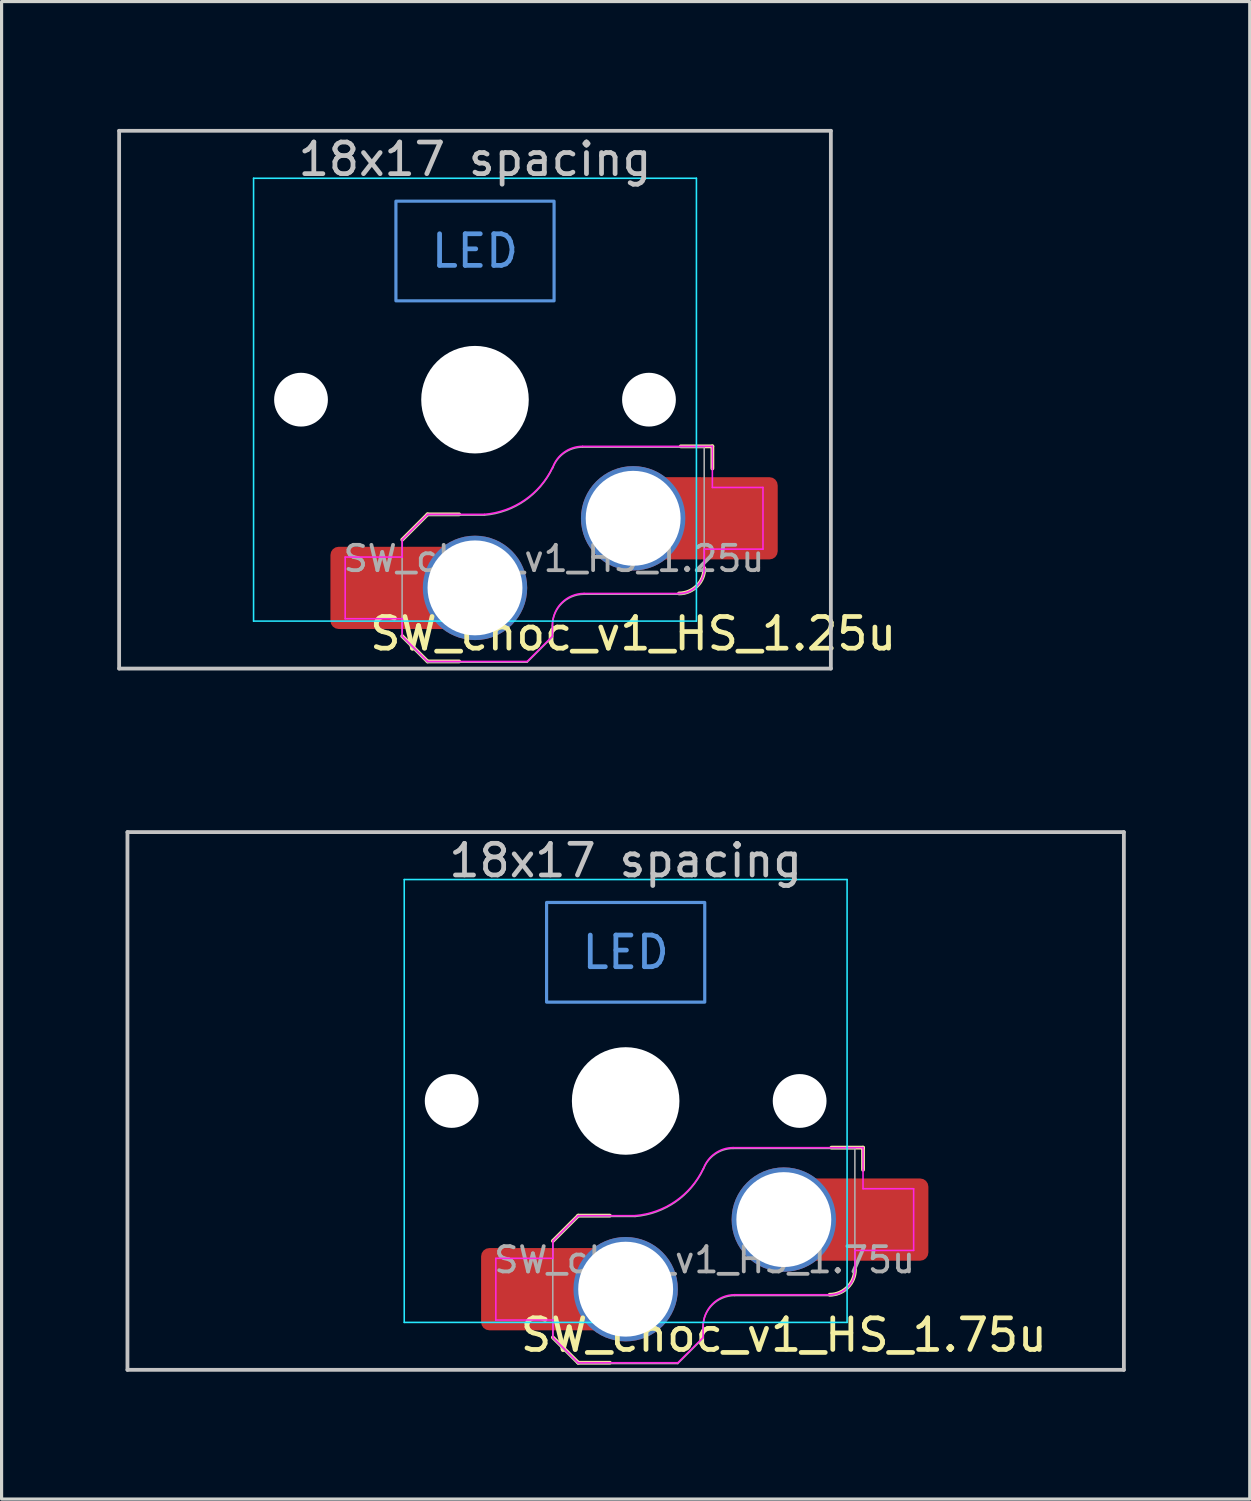
<source format=kicad_pcb>
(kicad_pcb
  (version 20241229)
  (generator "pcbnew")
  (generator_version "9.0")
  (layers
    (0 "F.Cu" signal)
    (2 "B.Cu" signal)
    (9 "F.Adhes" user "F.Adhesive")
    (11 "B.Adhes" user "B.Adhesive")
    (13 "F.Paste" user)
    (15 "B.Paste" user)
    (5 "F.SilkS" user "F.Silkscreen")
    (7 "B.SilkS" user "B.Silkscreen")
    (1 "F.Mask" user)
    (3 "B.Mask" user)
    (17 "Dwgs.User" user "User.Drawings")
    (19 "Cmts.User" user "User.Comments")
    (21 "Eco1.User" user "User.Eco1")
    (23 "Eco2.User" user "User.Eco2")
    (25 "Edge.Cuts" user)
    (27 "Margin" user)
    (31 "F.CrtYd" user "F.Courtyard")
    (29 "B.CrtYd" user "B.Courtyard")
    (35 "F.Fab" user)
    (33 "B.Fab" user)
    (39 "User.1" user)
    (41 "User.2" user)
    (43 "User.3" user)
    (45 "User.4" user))
  (footprint "SW_choc_v1_HS_1.75u"
    (layer "F.Cu")
    (at 16.729 31.755)
    (property "Reference" "SW_choc_v1_HS_1.75u" (at 5 7.4 180) (layer "F.SilkS") (effects (font (size 1 1) (thickness 0.15))))
    (attr smd)
    (fp_line (start -2.3 7.475) (end -1.5 8.275) (stroke (width 0.12) (type solid)) (layer "F.SilkS"))
    (fp_line (start -1.5 3.625) (end -2.3 4.425) (stroke (width 0.12) (type solid)) (layer "F.SilkS"))
    (fp_line (start -1.5 3.625) (end -0.5 3.625) (stroke (width 0.12) (type solid)) (layer "F.SilkS"))
    (fp_line (start -1.5 8.275) (end -0.5 8.275) (stroke (width 0.12) (type solid)) (layer "F.SilkS"))
    (fp_line (start 7.504 1.475) (end 6.504 1.475) (stroke (width 0.12) (type solid)) (layer "F.SilkS"))
    (fp_line (start 7.504 1.475) (end 7.504 2.175) (stroke (width 0.12) (type solid)) (layer "F.SilkS"))
    (fp_arc (start 7.25 5.325) (mid 7.015685 5.890685) (end 6.45 6.125) (stroke (width 0.12) (type solid)) (layer "F.SilkS"))
    (fp_line (start -15.75 -8.5) (end -15.75 8.5) (stroke (width 0.12) (type solid)) (layer "Dwgs.User"))
    (fp_line (start -15.75 8.5) (end 15.75 8.5) (stroke (width 0.12) (type solid)) (layer "Dwgs.User"))
    (fp_line (start 15.75 -8.5) (end -15.75 -8.5) (stroke (width 0.12) (type solid)) (layer "Dwgs.User"))
    (fp_line (start 15.75 8.5) (end 15.75 -8.5) (stroke (width 0.12) (type solid)) (layer "Dwgs.User"))
    (fp_rect (start -2.5 -6.275) (end 2.5 -3.125) (stroke (width 0.1) (type default)) (fill no) (layer "Cmts.User"))
    (fp_line (start -16.669 -9.525) (end 16.669 -9.525) (stroke (width 0.12) (type solid)) (layer "Eco1.User"))
    (fp_line (start -16.669 9.525) (end -16.669 -9.525) (stroke (width 0.12) (type solid)) (layer "Eco1.User"))
    (fp_line (start 16.669 -9.525) (end 16.669 9.525) (stroke (width 0.12) (type solid)) (layer "Eco1.User"))
    (fp_line (start 16.669 9.525) (end -16.669 9.525) (stroke (width 0.12) (type solid)) (layer "Eco1.User"))
    (fp_line (start -6.95 -6.45) (end -6.95 6.45) (stroke (width 0.05) (type solid)) (layer "Eco2.User"))
    (fp_line (start -6.45 6.95) (end 6.45 6.95) (stroke (width 0.05) (type solid)) (layer "Eco2.User"))
    (fp_line (start 6.45 -6.95) (end -6.45 -6.95) (stroke (width 0.05) (type solid)) (layer "Eco2.User"))
    (fp_line (start 6.95 6.45) (end 6.95 -6.45) (stroke (width 0.05) (type solid)) (layer "Eco2.User"))
    (fp_arc (start -6.95 -6.45) (mid -6.803553 -6.803553) (end -6.45 -6.95) (stroke (width 0.05) (type solid)) (layer "Eco2.User"))
    (fp_arc (start -6.45 6.95) (mid -6.803553 6.803553) (end -6.95 6.45) (stroke (width 0.05) (type solid)) (layer "Eco2.User"))
    (fp_arc (start 6.45 -6.95) (mid 6.803553 -6.803553) (end 6.95 -6.45) (stroke (width 0.05) (type solid)) (layer "Eco2.User"))
    (fp_arc (start 6.95 6.45) (mid 6.803553 6.803553) (end 6.45 6.95) (stroke (width 0.05) (type solid)) (layer "Eco2.User"))
    (fp_line (start -7 -7) (end -7 7) (stroke (width 0.05) (type solid)) (layer "B.CrtYd"))
    (fp_line (start -7 7) (end 7 7) (stroke (width 0.05) (type solid)) (layer "B.CrtYd"))
    (fp_line (start 7 -7) (end -7 -7) (stroke (width 0.05) (type solid)) (layer "B.CrtYd"))
    (fp_line (start 7 7) (end 7 -7) (stroke (width 0.05) (type solid)) (layer "B.CrtYd"))
    (fp_line (start -4.104 4.975) (end -4.104 6.925) (stroke (width 0.05) (type solid)) (layer "F.CrtYd"))
    (fp_line (start -4.104 4.975) (end -2.3 4.975) (stroke (width 0.05) (type solid)) (layer "F.CrtYd"))
    (fp_line (start -4.104 6.925) (end -2.3 6.925) (stroke (width 0.05) (type solid)) (layer "F.CrtYd"))
    (fp_line (start -2.3 4.975) (end -2.3 4.425) (stroke (width 0.05) (type solid)) (layer "F.CrtYd"))
    (fp_line (start -2.3 7.475) (end -2.3 6.925) (stroke (width 0.05) (type solid)) (layer "F.CrtYd"))
    (fp_line (start -2.3 7.475) (end -1.5 8.275) (stroke (width 0.05) (type solid)) (layer "F.CrtYd"))
    (fp_line (start -1.5 3.625) (end -2.3 4.425) (stroke (width 0.05) (type solid)) (layer "F.CrtYd"))
    (fp_line (start -1.5 3.625) (end 0.3 3.625) (stroke (width 0.05) (type solid)) (layer "F.CrtYd"))
    (fp_line (start -1.5 8.275) (end 1.65 8.275) (stroke (width 0.05) (type solid)) (layer "F.CrtYd"))
    (fp_line (start 2.45 7.475) (end 1.65 8.275) (stroke (width 0.05) (type solid)) (layer "F.CrtYd"))
    (fp_line (start 2.45 7.475) (end 2.45 7.125) (stroke (width 0.05) (type solid)) (layer "F.CrtYd"))
    (fp_line (start 3.45 6.125) (end 6.45 6.125) (stroke (width 0.05) (type solid)) (layer "F.CrtYd"))
    (fp_line (start 7.25 4.725) (end 9.104 4.725) (stroke (width 0.05) (type solid)) (layer "F.CrtYd"))
    (fp_line (start 7.25 5.325) (end 7.25 4.725) (stroke (width 0.05) (type solid)) (layer "F.CrtYd"))
    (fp_line (start 7.504 1.475) (end 3.4 1.475) (stroke (width 0.05) (type solid)) (layer "F.CrtYd"))
    (fp_line (start 7.504 1.475) (end 7.504 2.175) (stroke (width 0.05) (type solid)) (layer "F.CrtYd"))
    (fp_line (start 7.504 2.175) (end 7.504 2.775) (stroke (width 0.05) (type solid)) (layer "F.CrtYd"))
    (fp_line (start 9.104 2.775) (end 7.504 2.775) (stroke (width 0.05) (type solid)) (layer "F.CrtYd"))
    (fp_line (start 9.104 4.725) (end 9.104 2.775) (stroke (width 0.05) (type solid)) (layer "F.CrtYd"))
    (fp_arc (start 2.45 7.125) (mid 2.742893 6.417893) (end 3.45 6.125) (stroke (width 0.05) (type solid)) (layer "F.CrtYd"))
    (fp_arc (start 2.455444 2.13293) (mid 1.577272 3.167235) (end 0.299999 3.624999) (stroke (width 0.05) (type solid)) (layer "F.CrtYd"))
    (fp_arc (start 2.460307 2.13298) (mid 2.826423 1.655848) (end 3.4 1.475) (stroke (width 0.05) (type solid)) (layer "F.CrtYd"))
    (fp_arc (start 7.25 5.325) (mid 7.015685 5.890685) (end 6.45 6.125) (stroke (width 0.05) (type solid)) (layer "F.CrtYd"))
    (fp_line (start -2.304 7.5) (end -2.304 4.45) (stroke (width 0.05) (type solid)) (layer "F.Fab"))
    (fp_line (start -2.304 7.5) (end -1.504 8.3) (stroke (width 0.05) (type solid)) (layer "F.Fab"))
    (fp_line (start -1.504 3.65) (end -2.304 4.45) (stroke (width 0.05) (type solid)) (layer "F.Fab"))
    (fp_line (start -1.504 3.65) (end 0.296 3.65) (stroke (width 0.05) (type solid)) (layer "F.Fab"))
    (fp_line (start -1.504 8.3) (end 1.646 8.3) (stroke (width 0.05) (type solid)) (layer "F.Fab"))
    (fp_line (start 2.446 7.5) (end 1.646 8.3) (stroke (width 0.05) (type solid)) (layer "F.Fab"))
    (fp_line (start 2.446 7.5) (end 2.446 7.15) (stroke (width 0.05) (type solid)) (layer "F.Fab"))
    (fp_line (start 3.446 6.15) (end 6.446 6.15) (stroke (width 0.05) (type solid)) (layer "F.Fab"))
    (fp_line (start 7.246 1.5) (end 3.396 1.5) (stroke (width 0.05) (type solid)) (layer "F.Fab"))
    (fp_line (start 7.246 5.35) (end 7.246 1.5) (stroke (width 0.05) (type solid)) (layer "F.Fab"))
    (fp_arc (start 2.446 7.15) (mid 2.738893 6.442893) (end 3.446 6.15) (stroke (width 0.05) (type solid)) (layer "F.Fab"))
    (fp_arc (start 2.451444 2.15793) (mid 1.573272 3.192235) (end 0.295999 3.649999) (stroke (width 0.05) (type solid)) (layer "F.Fab"))
    (fp_arc (start 2.456307 2.15798) (mid 2.822423 1.680848) (end 3.396 1.5) (stroke (width 0.05) (type solid)) (layer "F.Fab"))
    (fp_arc (start 7.246 5.35) (mid 7.011685 5.915685) (end 6.446 6.15) (stroke (width 0.05) (type solid)) (layer "F.Fab"))
    (fp_text user "18x17 spacing" (at 0 -7.6 180) (layer "Dwgs.User") (effects (font (size 1 1) (thickness 0.15))))
    (fp_text user "LED" (at 0 -4.7 0) (unlocked yes) (layer "Cmts.User") (effects (font (size 1 1) (thickness 0.15))))
    (fp_text user "19.05 spacing" (at 0 -8.7 180) (layer "Eco1.User") (effects (font (size 1 1) (thickness 0.15))))
    (fp_text user "${REFERENCE}" (at 2.496 5.025 0) (layer "F.Fab") (effects (font (size 0.8 0.8) (thickness 0.12))))
    (pad "" np_thru_hole circle (at -5.5 0 180) (size 1.7 1.7) (drill 1.7) (layers "*.Cu" "*.Mask"))
    (pad "" np_thru_hole circle (at 0 0 180) (size 3.4 3.4) (drill 3.4) (layers "*.Cu" "*.Mask"))
    (pad "" np_thru_hole circle (at 5.5 0 180) (size 1.7 1.7) (drill 1.7) (layers "*.Cu" "*.Mask"))
    (pad "1" thru_hole circle (at 5 3.75) (size 3.3 3.3) (drill 3) (layers "*.Cu" "F.Mask"))
    (pad "1" smd rect (at 6.55 3.75) (size 1.2 2.6) (layers "F.Cu"))
    (pad "1" smd roundrect (at 8.245 3.75) (size 2.65 2.6) (layers "F.Cu" "F.Mask" "F.Paste") (roundrect_rratio 0.1))
    (pad "2" smd roundrect (at -3.245 5.95) (size 2.65 2.6) (layers "F.Cu" "F.Mask" "F.Paste") (roundrect_rratio 0.1))
    (pad "2" smd rect (at -1.55 5.95 180) (size 1.2 2.6) (layers "F.Cu"))
    (pad "2" thru_hole circle (at 0 5.95) (size 3.3 3.3) (drill 3) (layers "*.Cu" "F.Mask")))
  (footprint "SW_choc_v1_HS_1.25u"
    (layer "F.Cu")
    (at 11.966 9.585)
    (property "Reference" "SW_choc_v1_HS_1.25u" (at 5 7.4 180) (layer "F.SilkS") (effects (font (size 1 1) (thickness 0.15))))
    (attr smd)
    (fp_line (start -2.3 7.475) (end -1.5 8.275) (stroke (width 0.12) (type solid)) (layer "F.SilkS"))
    (fp_line (start -1.5 3.625) (end -2.3 4.425) (stroke (width 0.12) (type solid)) (layer "F.SilkS"))
    (fp_line (start -1.5 3.625) (end -0.5 3.625) (stroke (width 0.12) (type solid)) (layer "F.SilkS"))
    (fp_line (start -1.5 8.275) (end -0.5 8.275) (stroke (width 0.12) (type solid)) (layer "F.SilkS"))
    (fp_line (start 7.504 1.475) (end 6.504 1.475) (stroke (width 0.12) (type solid)) (layer "F.SilkS"))
    (fp_line (start 7.504 1.475) (end 7.504 2.175) (stroke (width 0.12) (type solid)) (layer "F.SilkS"))
    (fp_arc (start 7.25 5.325) (mid 7.015685 5.890685) (end 6.45 6.125) (stroke (width 0.12) (type solid)) (layer "F.SilkS"))
    (fp_line (start -11.25 -8.5) (end -11.25 8.5) (stroke (width 0.12) (type solid)) (layer "Dwgs.User"))
    (fp_line (start -11.25 8.5) (end 11.25 8.5) (stroke (width 0.12) (type solid)) (layer "Dwgs.User"))
    (fp_line (start 11.25 -8.5) (end -11.25 -8.5) (stroke (width 0.12) (type solid)) (layer "Dwgs.User"))
    (fp_line (start 11.25 8.5) (end 11.25 -8.5) (stroke (width 0.12) (type solid)) (layer "Dwgs.User"))
    (fp_rect (start -2.5 -6.275) (end 2.5 -3.125) (stroke (width 0.1) (type default)) (fill no) (layer "Cmts.User"))
    (fp_line (start -11.906 -9.525) (end 11.906 -9.525) (stroke (width 0.12) (type solid)) (layer "Eco1.User"))
    (fp_line (start -11.906 9.525) (end -11.906 -9.525) (stroke (width 0.12) (type solid)) (layer "Eco1.User"))
    (fp_line (start 11.906 -9.525) (end 11.906 9.525) (stroke (width 0.12) (type solid)) (layer "Eco1.User"))
    (fp_line (start 11.906 9.525) (end -11.906 9.525) (stroke (width 0.12) (type solid)) (layer "Eco1.User"))
    (fp_line (start -6.95 -6.45) (end -6.95 6.45) (stroke (width 0.05) (type solid)) (layer "Eco2.User"))
    (fp_line (start -6.45 6.95) (end 6.45 6.95) (stroke (width 0.05) (type solid)) (layer "Eco2.User"))
    (fp_line (start 6.45 -6.95) (end -6.45 -6.95) (stroke (width 0.05) (type solid)) (layer "Eco2.User"))
    (fp_line (start 6.95 6.45) (end 6.95 -6.45) (stroke (width 0.05) (type solid)) (layer "Eco2.User"))
    (fp_arc (start -6.95 -6.45) (mid -6.803553 -6.803553) (end -6.45 -6.95) (stroke (width 0.05) (type solid)) (layer "Eco2.User"))
    (fp_arc (start -6.45 6.95) (mid -6.803553 6.803553) (end -6.95 6.45) (stroke (width 0.05) (type solid)) (layer "Eco2.User"))
    (fp_arc (start 6.45 -6.95) (mid 6.803553 -6.803553) (end 6.95 -6.45) (stroke (width 0.05) (type solid)) (layer "Eco2.User"))
    (fp_arc (start 6.95 6.45) (mid 6.803553 6.803553) (end 6.45 6.95) (stroke (width 0.05) (type solid)) (layer "Eco2.User"))
    (fp_line (start -7 -7) (end -7 7) (stroke (width 0.05) (type solid)) (layer "B.CrtYd"))
    (fp_line (start -7 7) (end 7 7) (stroke (width 0.05) (type solid)) (layer "B.CrtYd"))
    (fp_line (start 7 -7) (end -7 -7) (stroke (width 0.05) (type solid)) (layer "B.CrtYd"))
    (fp_line (start 7 7) (end 7 -7) (stroke (width 0.05) (type solid)) (layer "B.CrtYd"))
    (fp_line (start -4.104 4.975) (end -4.104 6.925) (stroke (width 0.05) (type solid)) (layer "F.CrtYd"))
    (fp_line (start -4.104 4.975) (end -2.3 4.975) (stroke (width 0.05) (type solid)) (layer "F.CrtYd"))
    (fp_line (start -4.104 6.925) (end -2.3 6.925) (stroke (width 0.05) (type solid)) (layer "F.CrtYd"))
    (fp_line (start -2.3 4.975) (end -2.3 4.425) (stroke (width 0.05) (type solid)) (layer "F.CrtYd"))
    (fp_line (start -2.3 7.475) (end -2.3 6.925) (stroke (width 0.05) (type solid)) (layer "F.CrtYd"))
    (fp_line (start -2.3 7.475) (end -1.5 8.275) (stroke (width 0.05) (type solid)) (layer "F.CrtYd"))
    (fp_line (start -1.5 3.625) (end -2.3 4.425) (stroke (width 0.05) (type solid)) (layer "F.CrtYd"))
    (fp_line (start -1.5 3.625) (end 0.3 3.625) (stroke (width 0.05) (type solid)) (layer "F.CrtYd"))
    (fp_line (start -1.5 8.275) (end 1.65 8.275) (stroke (width 0.05) (type solid)) (layer "F.CrtYd"))
    (fp_line (start 2.45 7.475) (end 1.65 8.275) (stroke (width 0.05) (type solid)) (layer "F.CrtYd"))
    (fp_line (start 2.45 7.475) (end 2.45 7.125) (stroke (width 0.05) (type solid)) (layer "F.CrtYd"))
    (fp_line (start 3.45 6.125) (end 6.45 6.125) (stroke (width 0.05) (type solid)) (layer "F.CrtYd"))
    (fp_line (start 7.25 4.725) (end 9.104 4.725) (stroke (width 0.05) (type solid)) (layer "F.CrtYd"))
    (fp_line (start 7.25 5.325) (end 7.25 4.725) (stroke (width 0.05) (type solid)) (layer "F.CrtYd"))
    (fp_line (start 7.504 1.475) (end 3.4 1.475) (stroke (width 0.05) (type solid)) (layer "F.CrtYd"))
    (fp_line (start 7.504 1.475) (end 7.504 2.175) (stroke (width 0.05) (type solid)) (layer "F.CrtYd"))
    (fp_line (start 7.504 2.175) (end 7.504 2.775) (stroke (width 0.05) (type solid)) (layer "F.CrtYd"))
    (fp_line (start 9.104 2.775) (end 7.504 2.775) (stroke (width 0.05) (type solid)) (layer "F.CrtYd"))
    (fp_line (start 9.104 4.725) (end 9.104 2.775) (stroke (width 0.05) (type solid)) (layer "F.CrtYd"))
    (fp_arc (start 2.45 7.125) (mid 2.742893 6.417893) (end 3.45 6.125) (stroke (width 0.05) (type solid)) (layer "F.CrtYd"))
    (fp_arc (start 2.455444 2.13293) (mid 1.577272 3.167235) (end 0.299999 3.624999) (stroke (width 0.05) (type solid)) (layer "F.CrtYd"))
    (fp_arc (start 2.460307 2.13298) (mid 2.826423 1.655848) (end 3.4 1.475) (stroke (width 0.05) (type solid)) (layer "F.CrtYd"))
    (fp_arc (start 7.25 5.325) (mid 7.015685 5.890685) (end 6.45 6.125) (stroke (width 0.05) (type solid)) (layer "F.CrtYd"))
    (fp_line (start -2.304 7.5) (end -2.304 4.45) (stroke (width 0.05) (type solid)) (layer "F.Fab"))
    (fp_line (start -2.304 7.5) (end -1.504 8.3) (stroke (width 0.05) (type solid)) (layer "F.Fab"))
    (fp_line (start -1.504 3.65) (end -2.304 4.45) (stroke (width 0.05) (type solid)) (layer "F.Fab"))
    (fp_line (start -1.504 3.65) (end 0.296 3.65) (stroke (width 0.05) (type solid)) (layer "F.Fab"))
    (fp_line (start -1.504 8.3) (end 1.646 8.3) (stroke (width 0.05) (type solid)) (layer "F.Fab"))
    (fp_line (start 2.446 7.5) (end 1.646 8.3) (stroke (width 0.05) (type solid)) (layer "F.Fab"))
    (fp_line (start 2.446 7.5) (end 2.446 7.15) (stroke (width 0.05) (type solid)) (layer "F.Fab"))
    (fp_line (start 3.446 6.15) (end 6.446 6.15) (stroke (width 0.05) (type solid)) (layer "F.Fab"))
    (fp_line (start 7.246 1.5) (end 3.396 1.5) (stroke (width 0.05) (type solid)) (layer "F.Fab"))
    (fp_line (start 7.246 5.35) (end 7.246 1.5) (stroke (width 0.05) (type solid)) (layer "F.Fab"))
    (fp_arc (start 2.446 7.15) (mid 2.738893 6.442893) (end 3.446 6.15) (stroke (width 0.05) (type solid)) (layer "F.Fab"))
    (fp_arc (start 2.451444 2.15793) (mid 1.573272 3.192235) (end 0.295999 3.649999) (stroke (width 0.05) (type solid)) (layer "F.Fab"))
    (fp_arc (start 2.456307 2.15798) (mid 2.822423 1.680848) (end 3.396 1.5) (stroke (width 0.05) (type solid)) (layer "F.Fab"))
    (fp_arc (start 7.246 5.35) (mid 7.011685 5.915685) (end 6.446 6.15) (stroke (width 0.05) (type solid)) (layer "F.Fab"))
    (fp_text user "18x17 spacing" (at 0 -7.6 180) (layer "Dwgs.User") (effects (font (size 1 1) (thickness 0.15))))
    (fp_text user "LED" (at 0 -4.7 0) (unlocked yes) (layer "Cmts.User") (effects (font (size 1 1) (thickness 0.15))))
    (fp_text user "19.05 spacing" (at 0 -8.7 180) (layer "Eco1.User") (effects (font (size 1 1) (thickness 0.15))))
    (fp_text user "${REFERENCE}" (at 2.496 5.025 0) (layer "F.Fab") (effects (font (size 0.8 0.8) (thickness 0.12))))
    (pad "" np_thru_hole circle (at -5.5 0 180) (size 1.7 1.7) (drill 1.7) (layers "*.Cu" "*.Mask"))
    (pad "" np_thru_hole circle (at 0 0 180) (size 3.4 3.4) (drill 3.4) (layers "*.Cu" "*.Mask"))
    (pad "" np_thru_hole circle (at 5.5 0 180) (size 1.7 1.7) (drill 1.7) (layers "*.Cu" "*.Mask"))
    (pad "1" thru_hole circle (at 5 3.75) (size 3.3 3.3) (drill 3) (layers "*.Cu" "F.Mask"))
    (pad "1" smd rect (at 6.55 3.75) (size 1.2 2.6) (layers "F.Cu"))
    (pad "1" smd roundrect (at 8.245 3.75) (size 2.65 2.6) (layers "F.Cu" "F.Mask" "F.Paste") (roundrect_rratio 0.1))
    (pad "2" smd roundrect (at -3.245 5.95) (size 2.65 2.6) (layers "F.Cu" "F.Mask" "F.Paste") (roundrect_rratio 0.1))
    (pad "2" smd rect (at -1.55 5.95 180) (size 1.2 2.6) (layers "F.Cu"))
    (pad "2" thru_hole circle (at 0 5.95) (size 3.3 3.3) (drill 3) (layers "*.Cu" "F.Mask")))
  (gr_rect
    (start -3 -3)
    (end 36.458 44.34)
    (stroke (width 0.1) (type default))
    (fill no)
    (layer "Edge.Cuts")))
</source>
